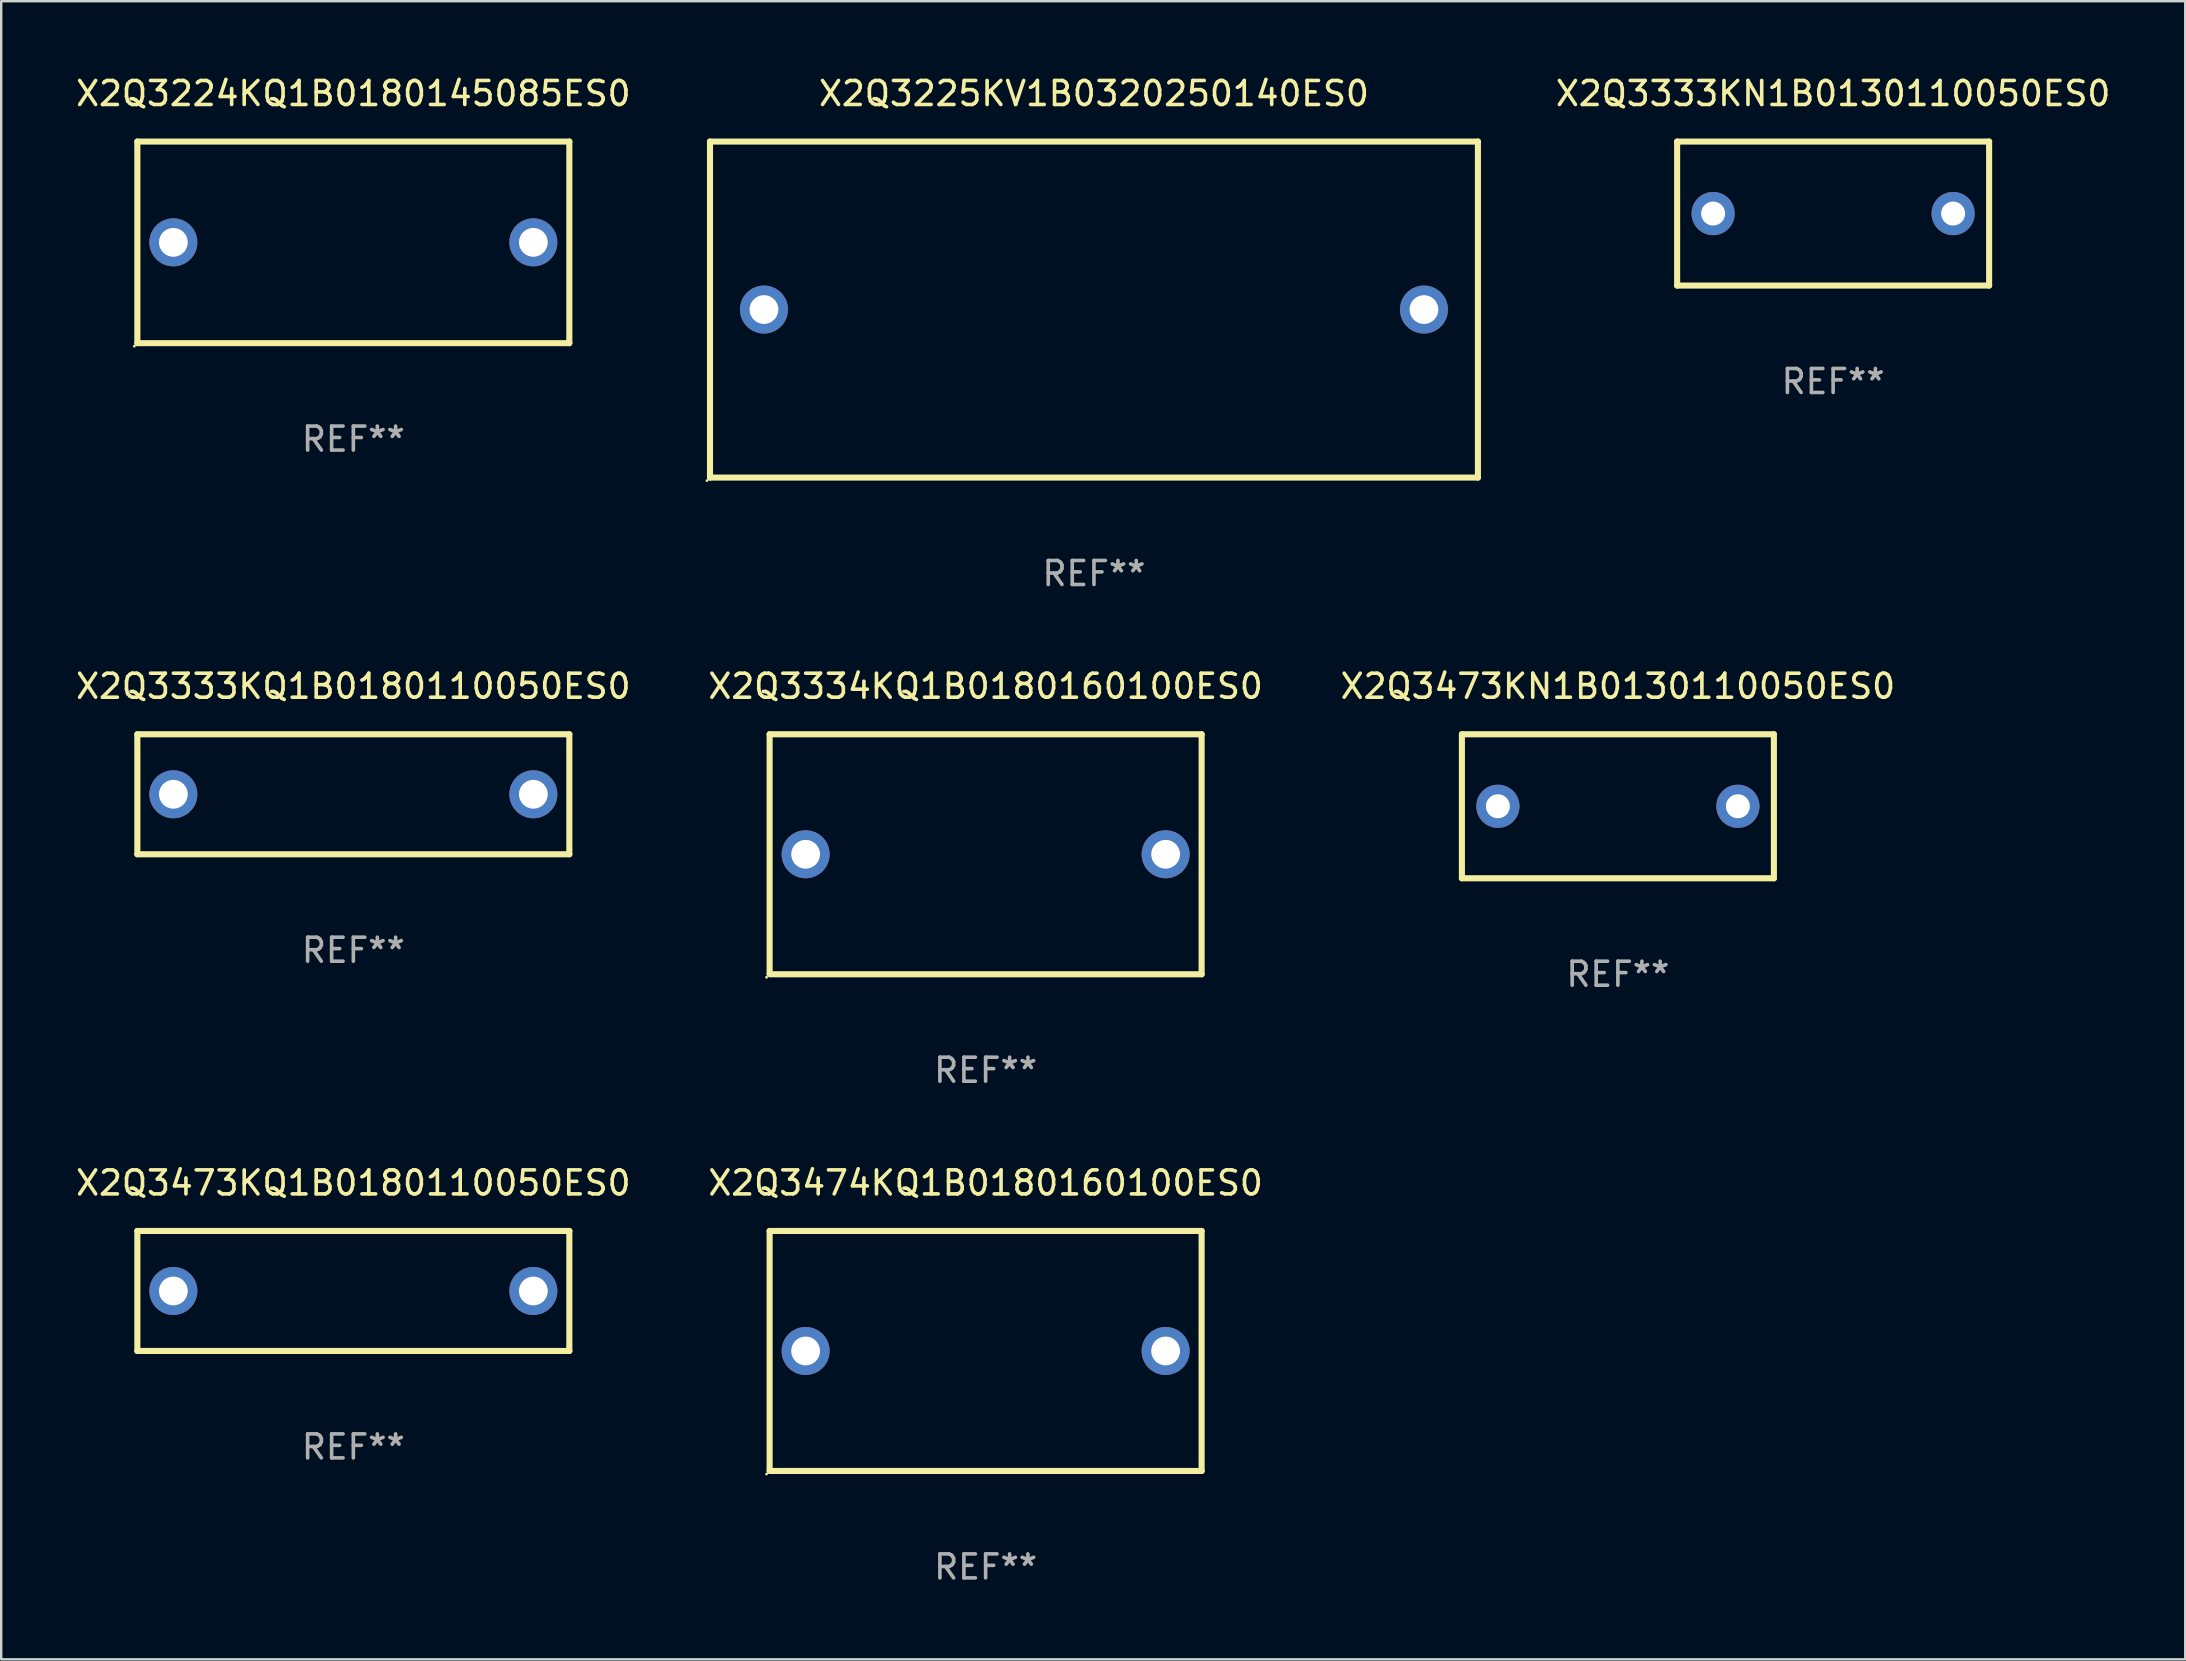
<source format=kicad_pcb>
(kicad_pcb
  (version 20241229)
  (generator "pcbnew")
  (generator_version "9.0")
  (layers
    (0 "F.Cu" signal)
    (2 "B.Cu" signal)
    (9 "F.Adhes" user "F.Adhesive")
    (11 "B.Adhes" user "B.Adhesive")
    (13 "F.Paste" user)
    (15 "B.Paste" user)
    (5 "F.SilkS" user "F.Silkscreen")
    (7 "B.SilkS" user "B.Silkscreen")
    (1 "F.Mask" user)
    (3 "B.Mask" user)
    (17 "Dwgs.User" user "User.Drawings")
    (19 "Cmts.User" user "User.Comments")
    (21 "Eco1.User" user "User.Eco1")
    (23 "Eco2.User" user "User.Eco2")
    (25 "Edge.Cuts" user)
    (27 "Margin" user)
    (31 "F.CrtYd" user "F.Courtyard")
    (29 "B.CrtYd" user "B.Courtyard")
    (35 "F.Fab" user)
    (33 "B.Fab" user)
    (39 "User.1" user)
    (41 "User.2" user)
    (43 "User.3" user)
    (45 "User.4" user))
  (footprint "X2Q3333KQ1B0180110050ES0"
    (layer "F.Cu")
    (at 11.673 30.045)
    (property "Reference" "X2Q3333KQ1B0180110050ES0" (at 0 -4.5 0) (layer "F.SilkS") (effects (font (size 1 1) (thickness 0.15))))
    (attr through_hole)
    (fp_line (start -9 -2.5) (end 9 -2.5) (stroke (width 0.254) (type solid)) (layer "F.SilkS"))
    (fp_line (start -9 2.5) (end -9 -2.5) (stroke (width 0.254) (type solid)) (layer "F.SilkS"))
    (fp_line (start 9 -2.5) (end 9 2.5) (stroke (width 0.254) (type solid)) (layer "F.SilkS"))
    (fp_line (start 9 2.5) (end -9 2.5) (stroke (width 0.254) (type solid)) (layer "F.SilkS"))
    (fp_circle (center -9 2.5) (end -8.97 2.5) (stroke (width 0.06) (type solid)) (fill no) (layer "F.SilkS"))
    (fp_text user "REF**" (at 0 6.5 0) (layer "F.Fab") (effects (font (size 1 1) (thickness 0.15))))
    (pad "1" thru_hole circle (at -7.5 -0.000127) (size 2 2) (drill 1.2) (layers "*.Cu" "*.Mask"))
    (pad "2" thru_hole circle (at 7.5 -0.000127) (size 2 2) (drill 1.2) (layers "*.Cu" "*.Mask")))
  (footprint "X2Q3474KQ1B0180160100ES0"
    (layer "F.Cu")
    (at 38.018 53.241)
    (property "Reference" "X2Q3474KQ1B0180160100ES0" (at 0 -7 0) (layer "F.SilkS") (effects (font (size 1 1) (thickness 0.15))))
    (attr through_hole)
    (fp_line (start -9 -5) (end -9 4.98) (stroke (width 0.254) (type solid)) (layer "F.SilkS"))
    (fp_line (start -9 -5) (end 9 -5) (stroke (width 0.254) (type solid)) (layer "F.SilkS"))
    (fp_line (start -9 5) (end 9 5) (stroke (width 0.254) (type solid)) (layer "F.SilkS"))
    (fp_line (start 9 -5) (end 9 5) (stroke (width 0.254) (type solid)) (layer "F.SilkS"))
    (fp_circle (center -9.127 5.127) (end -9.097 5.127) (stroke (width 0.06) (type solid)) (fill no) (layer "F.SilkS"))
    (fp_text user "REF**" (at 0 9 0) (layer "F.Fab") (effects (font (size 1 1) (thickness 0.15))))
    (pad "1" thru_hole circle (at -7.5 0) (size 2 2) (drill 1.2) (layers "*.Cu" "*.Mask"))
    (pad "2" thru_hole circle (at 7.5 0) (size 2 2) (drill 1.2) (layers "*.Cu" "*.Mask")))
  (footprint "X2Q3225KV1B0320250140ES0"
    (layer "F.Cu")
    (at 42.532 9.848)
    (property "Reference" "X2Q3225KV1B0320250140ES0" (at 0 -9 0) (layer "F.SilkS") (effects (font (size 1 1) (thickness 0.15))))
    (attr through_hole)
    (fp_line (start -15.999 -7) (end -15.999 7) (stroke (width 0.254) (type solid)) (layer "F.SilkS"))
    (fp_line (start -15.999 -7) (end 15.999 -7) (stroke (width 0.254) (type solid)) (layer "F.SilkS"))
    (fp_line (start 15.999 -7) (end 15.999 7) (stroke (width 0.254) (type solid)) (layer "F.SilkS"))
    (fp_line (start 15.999 7) (end -15.999 7) (stroke (width 0.254) (type solid)) (layer "F.SilkS"))
    (fp_circle (center -16.126 7.127) (end -16.096 7.127) (stroke (width 0.06) (type solid)) (fill no) (layer "F.SilkS"))
    (fp_text user "REF**" (at 0 11 0) (layer "F.Fab") (effects (font (size 1 1) (thickness 0.15))))
    (pad "1" thru_hole circle (at -13.75 0) (size 2 2) (drill 1.2) (layers "*.Cu" "*.Mask"))
    (pad "2" thru_hole circle (at 13.75 0) (size 2 2) (drill 1.2) (layers "*.Cu" "*.Mask")))
  (footprint "X2Q3334KQ1B0180160100ES0"
    (layer "F.Cu")
    (at 38.018 32.545)
    (property "Reference" "X2Q3334KQ1B0180160100ES0" (at 0 -7 0) (layer "F.SilkS") (effects (font (size 1 1) (thickness 0.15))))
    (attr through_hole)
    (fp_line (start -9 -5) (end -9 4.98) (stroke (width 0.254) (type solid)) (layer "F.SilkS"))
    (fp_line (start -9 -5) (end 9 -5) (stroke (width 0.254) (type solid)) (layer "F.SilkS"))
    (fp_line (start -9 5) (end 9 5) (stroke (width 0.254) (type solid)) (layer "F.SilkS"))
    (fp_line (start 9 -5) (end 9 5) (stroke (width 0.254) (type solid)) (layer "F.SilkS"))
    (fp_circle (center -9.127 5.127) (end -9.097 5.127) (stroke (width 0.06) (type solid)) (fill no) (layer "F.SilkS"))
    (fp_text user "REF**" (at 0 9 0) (layer "F.Fab") (effects (font (size 1 1) (thickness 0.15))))
    (pad "1" thru_hole circle (at -7.5 0) (size 2 2) (drill 1.2) (layers "*.Cu" "*.Mask"))
    (pad "2" thru_hole circle (at 7.5 0) (size 2 2) (drill 1.2) (layers "*.Cu" "*.Mask")))
  (footprint "X2Q3473KN1B0130110050ES0"
    (layer "F.Cu")
    (at 64.363 30.545)
    (property "Reference" "X2Q3473KN1B0130110050ES0" (at 0 -5 0) (layer "F.SilkS") (effects (font (size 1 1) (thickness 0.15))))
    (attr through_hole)
    (fp_line (start -6.5 -3) (end 6.5 -3) (stroke (width 0.254) (type solid)) (layer "F.SilkS"))
    (fp_line (start -6.5 3) (end -6.5 -3) (stroke (width 0.254) (type solid)) (layer "F.SilkS"))
    (fp_line (start 6.5 -3) (end 6.5 3) (stroke (width 0.254) (type solid)) (layer "F.SilkS"))
    (fp_line (start 6.5 3) (end -6.5 3) (stroke (width 0.254) (type solid)) (layer "F.SilkS"))
    (fp_circle (center -6.5 3) (end -6.47 3) (stroke (width 0.06) (type solid)) (fill no) (layer "F.SilkS"))
    (fp_text user "REF**" (at 0 7 0) (layer "F.Fab") (effects (font (size 1 1) (thickness 0.15))))
    (pad "1" thru_hole circle (at -5 0) (size 1.8 1.8) (drill 1) (layers "*.Cu" "*.Mask"))
    (pad "2" thru_hole circle (at 5 0) (size 1.8 1.8) (drill 1) (layers "*.Cu" "*.Mask")))
  (footprint "X2Q3473KQ1B0180110050ES0"
    (layer "F.Cu")
    (at 11.673 50.741)
    (property "Reference" "X2Q3473KQ1B0180110050ES0" (at 0 -4.5 0) (layer "F.SilkS") (effects (font (size 1 1) (thickness 0.15))))
    (attr through_hole)
    (fp_line (start -9 -2.5) (end 9 -2.5) (stroke (width 0.254) (type solid)) (layer "F.SilkS"))
    (fp_line (start -9 2.5) (end -9 -2.5) (stroke (width 0.254) (type solid)) (layer "F.SilkS"))
    (fp_line (start 9 -2.5) (end 9 2.5) (stroke (width 0.254) (type solid)) (layer "F.SilkS"))
    (fp_line (start 9 2.5) (end -9 2.5) (stroke (width 0.254) (type solid)) (layer "F.SilkS"))
    (fp_circle (center -9 2.5) (end -8.97 2.5) (stroke (width 0.06) (type solid)) (fill no) (layer "F.SilkS"))
    (fp_text user "REF**" (at 0 6.5 0) (layer "F.Fab") (effects (font (size 1 1) (thickness 0.15))))
    (pad "1" thru_hole circle (at -7.5 -0.000127) (size 2 2) (drill 1.2) (layers "*.Cu" "*.Mask"))
    (pad "2" thru_hole circle (at 7.5 -0.000127) (size 2 2) (drill 1.2) (layers "*.Cu" "*.Mask")))
  (footprint "X2Q3333KN1B0130110050ES0"
    (layer "F.Cu")
    (at 73.331 5.848)
    (property "Reference" "X2Q3333KN1B0130110050ES0" (at 0 -5 0) (layer "F.SilkS") (effects (font (size 1 1) (thickness 0.15))))
    (attr through_hole)
    (fp_line (start -6.5 -3) (end 6.5 -3) (stroke (width 0.254) (type solid)) (layer "F.SilkS"))
    (fp_line (start -6.5 3) (end -6.5 -3) (stroke (width 0.254) (type solid)) (layer "F.SilkS"))
    (fp_line (start 6.5 -3) (end 6.5 3) (stroke (width 0.254) (type solid)) (layer "F.SilkS"))
    (fp_line (start 6.5 3) (end -6.5 3) (stroke (width 0.254) (type solid)) (layer "F.SilkS"))
    (fp_circle (center -6.5 3) (end -6.47 3) (stroke (width 0.06) (type solid)) (fill no) (layer "F.SilkS"))
    (fp_text user "REF**" (at 0 7 0) (layer "F.Fab") (effects (font (size 1 1) (thickness 0.15))))
    (pad "1" thru_hole circle (at -5 0) (size 1.8 1.8) (drill 1) (layers "*.Cu" "*.Mask"))
    (pad "2" thru_hole circle (at 5 0) (size 1.8 1.8) (drill 1) (layers "*.Cu" "*.Mask")))
  (footprint "X2Q3224KQ1B0180145085ES0"
    (layer "F.Cu")
    (at 11.673 7.048)
    (property "Reference" "X2Q3224KQ1B0180145085ES0" (at 0 -6.2 0) (layer "F.SilkS") (effects (font (size 1 1) (thickness 0.15))))
    (attr through_hole)
    (fp_line (start -9 -4.2) (end 9 -4.2) (stroke (width 0.254) (type solid)) (layer "F.SilkS"))
    (fp_line (start -9 4.2) (end -9 -4.2) (stroke (width 0.254) (type solid)) (layer "F.SilkS"))
    (fp_line (start 9 -4.2) (end 9 4.2) (stroke (width 0.254) (type solid)) (layer "F.SilkS"))
    (fp_line (start 9 4.2) (end -9 4.2) (stroke (width 0.254) (type solid)) (layer "F.SilkS"))
    (fp_circle (center -9.127 4.327) (end -9.097 4.327) (stroke (width 0.06) (type solid)) (fill no) (layer "F.SilkS"))
    (fp_text user "REF**" (at 0 8.2 0) (layer "F.Fab") (effects (font (size 1 1) (thickness 0.15))))
    (pad "1" thru_hole circle (at -7.5 0) (size 2 2) (drill 1.2) (layers "*.Cu" "*.Mask"))
    (pad "2" thru_hole circle (at 7.5 0) (size 2 2) (drill 1.2) (layers "*.Cu" "*.Mask")))
  (gr_rect
    (start -3 -3)
    (end 88.003 66.09)
    (stroke (width 0.1) (type default))
    (fill no)
    (layer "Edge.Cuts")))
</source>
